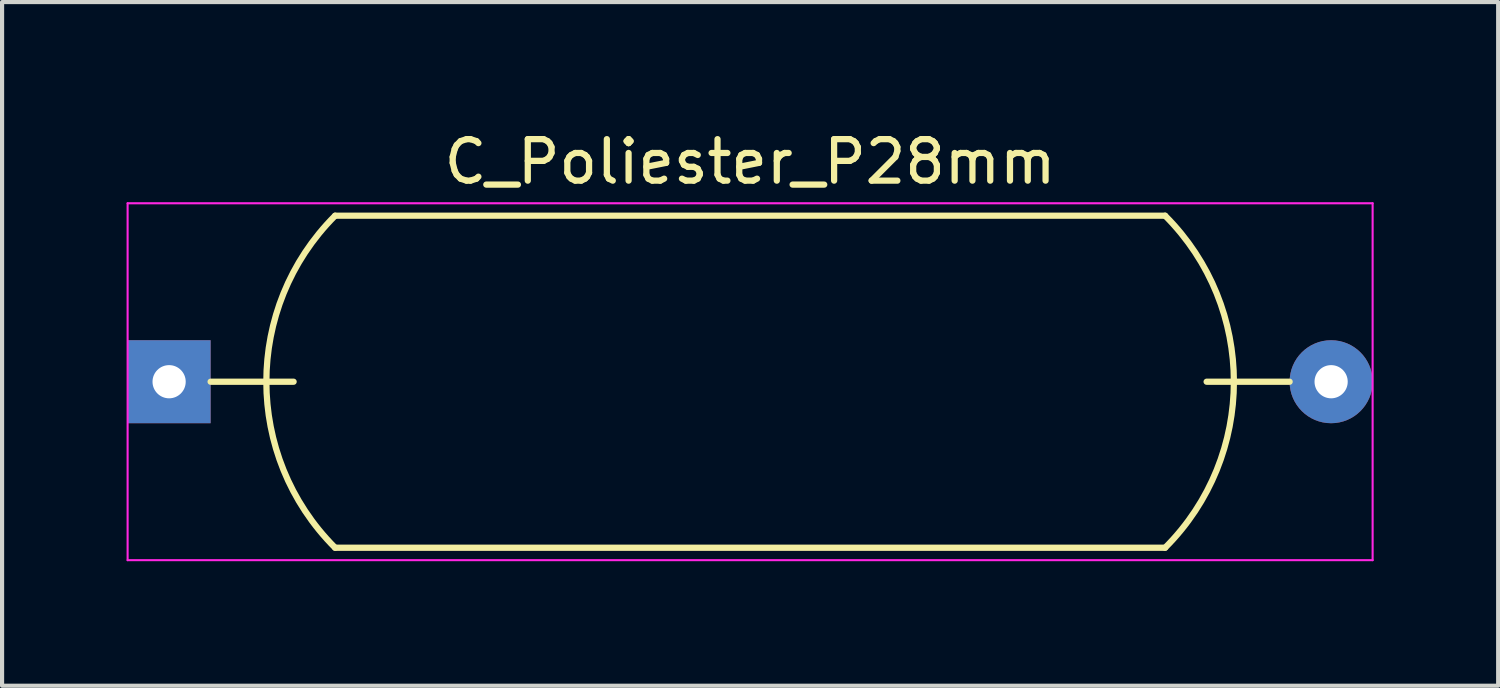
<source format=kicad_pcb>
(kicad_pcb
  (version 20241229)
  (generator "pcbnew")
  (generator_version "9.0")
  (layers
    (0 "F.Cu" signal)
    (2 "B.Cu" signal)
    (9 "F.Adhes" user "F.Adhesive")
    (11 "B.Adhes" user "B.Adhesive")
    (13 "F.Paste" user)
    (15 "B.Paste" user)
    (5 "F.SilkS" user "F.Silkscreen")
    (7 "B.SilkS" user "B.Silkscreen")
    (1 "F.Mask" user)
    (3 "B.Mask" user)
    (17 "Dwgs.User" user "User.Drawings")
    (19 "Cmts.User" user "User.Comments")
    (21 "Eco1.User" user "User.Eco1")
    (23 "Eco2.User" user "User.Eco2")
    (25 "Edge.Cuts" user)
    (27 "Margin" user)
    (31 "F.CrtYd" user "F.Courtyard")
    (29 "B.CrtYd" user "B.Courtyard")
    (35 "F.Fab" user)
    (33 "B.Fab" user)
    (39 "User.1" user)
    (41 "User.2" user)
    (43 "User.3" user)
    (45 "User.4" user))
  (footprint "C_Poliester_P28mm"
    (layer "F.Cu")
    (at 1.025 6.148)
    (property "Reference" "C_Poliester_P28mm" (at 14 -5.3 0) (layer "F.SilkS") (effects (font (size 1 1) (thickness 0.15))))
    (attr through_hole)
    (fp_line (start 3 0) (end 1 0) (stroke (width 0.15) (type solid)) (layer "F.SilkS"))
    (fp_line (start 24 -4) (end 4 -4) (stroke (width 0.15) (type solid)) (layer "F.SilkS"))
    (fp_line (start 24 4) (end 4 4) (stroke (width 0.15) (type solid)) (layer "F.SilkS"))
    (fp_line (start 25 0) (end 27 0) (stroke (width 0.15) (type solid)) (layer "F.SilkS"))
    (fp_arc (start 4 4) (mid 2.343146 0) (end 4 -4) (stroke (width 0.15) (type solid)) (layer "F.SilkS"))
    (fp_arc (start 24 -4) (mid 25.656854 0) (end 24 4) (stroke (width 0.15) (type solid)) (layer "F.SilkS"))
    (fp_line (start -1 -4.3) (end 29 -4.3) (stroke (width 0.05) (type solid)) (layer "F.CrtYd"))
    (fp_line (start -1 4.3) (end -1 -4.3) (stroke (width 0.05) (type solid)) (layer "F.CrtYd"))
    (fp_line (start 29 -4.3) (end 29 4.3) (stroke (width 0.05) (type solid)) (layer "F.CrtYd"))
    (fp_line (start 29 4.3) (end -1 4.3) (stroke (width 0.05) (type solid)) (layer "F.CrtYd"))
    (pad "1" thru_hole rect (at 0 0) (size 2 2) (drill 0.8) (layers "*.Cu" "*.Mask"))
    (pad "2" thru_hole circle (at 28 0) (size 2 2) (drill 0.8) (layers "*.Cu" "*.Mask" "B.Paste")))
  (gr_rect
    (start -3 -3)
    (end 33.05 13.473)
    (stroke (width 0.1) (type default))
    (fill no)
    (layer "Edge.Cuts")))
</source>
